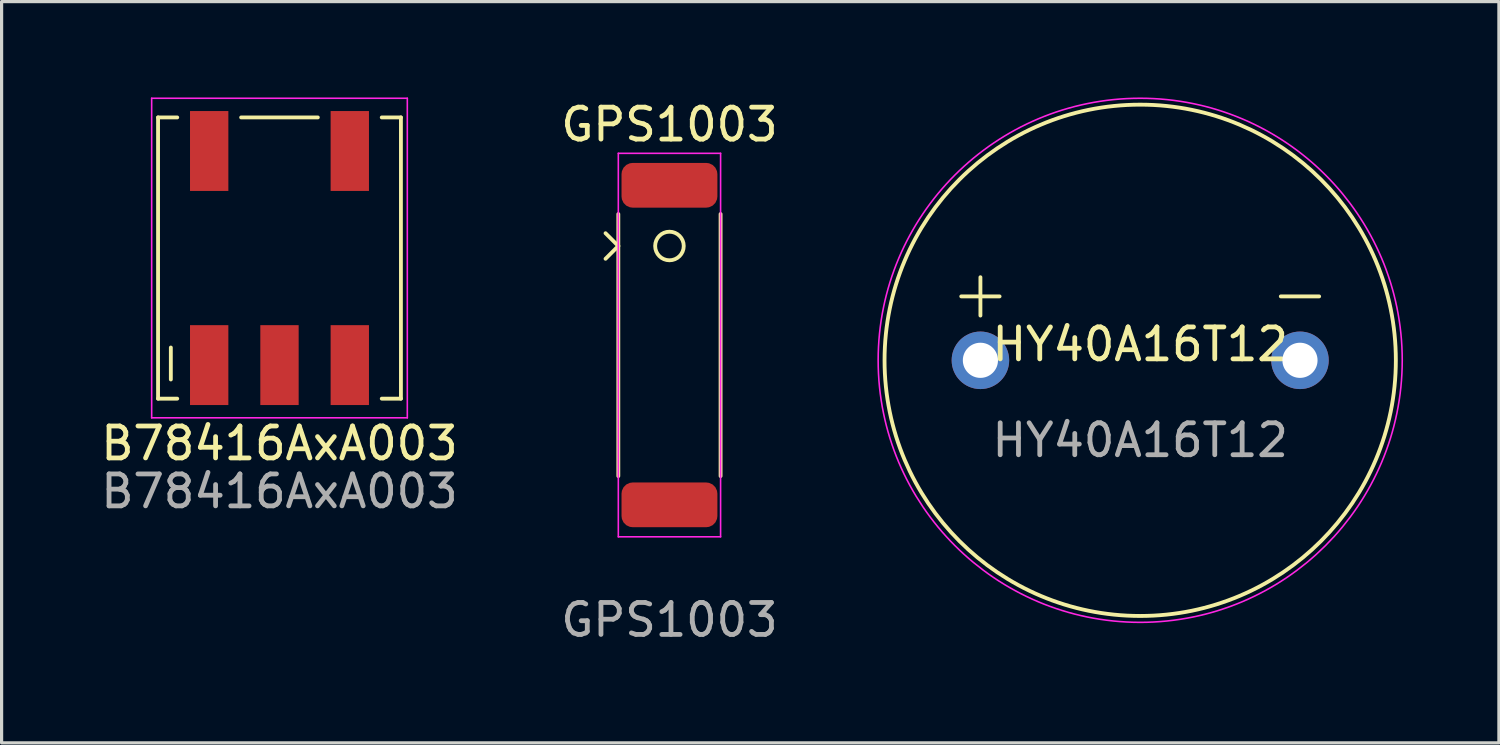
<source format=kicad_pcb>
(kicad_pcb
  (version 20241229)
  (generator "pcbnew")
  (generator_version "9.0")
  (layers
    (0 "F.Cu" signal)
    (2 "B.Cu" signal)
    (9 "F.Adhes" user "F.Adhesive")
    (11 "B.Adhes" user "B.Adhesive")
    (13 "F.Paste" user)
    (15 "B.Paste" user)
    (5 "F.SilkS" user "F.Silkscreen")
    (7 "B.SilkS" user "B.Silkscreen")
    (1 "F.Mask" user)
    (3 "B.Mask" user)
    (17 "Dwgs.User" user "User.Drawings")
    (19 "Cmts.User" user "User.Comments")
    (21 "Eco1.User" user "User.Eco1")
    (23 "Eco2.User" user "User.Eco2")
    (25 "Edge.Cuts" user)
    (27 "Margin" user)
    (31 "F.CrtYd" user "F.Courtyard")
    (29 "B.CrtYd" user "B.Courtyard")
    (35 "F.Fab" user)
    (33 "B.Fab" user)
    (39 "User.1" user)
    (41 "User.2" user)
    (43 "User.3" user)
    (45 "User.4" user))
  (footprint "HY40A16T12"
    (layer "F.Cu")
    (at 32.63 8.225)
    (property "Reference" "HY40A16T12" (at 0 -0.5 0) (unlocked yes) (layer "F.SilkS") (effects (font (size 1 1) (thickness 0.15))))
    (attr through_hole)
    (fp_line (start -5.6 -2) (end -4.4 -2) (stroke (width 0.12) (type default)) (layer "F.SilkS"))
    (fp_line (start -5 -2.6) (end -5 -1.4) (stroke (width 0.12) (type default)) (layer "F.SilkS"))
    (fp_line (start 4.4 -2) (end 5.6 -2) (stroke (width 0.12) (type default)) (layer "F.SilkS"))
    (fp_circle (center 0 0) (end 8 0) (stroke (width 0.12) (type default)) (fill no) (layer "F.SilkS"))
    (fp_circle (center 0 0) (end 8.2 0) (stroke (width 0.05) (type default)) (fill no) (layer "F.CrtYd"))
    (fp_text user "${REFERENCE}" (at 0 2.5 0) (unlocked yes) (layer "F.Fab") (effects (font (size 1 1) (thickness 0.15))))
    (pad "1" thru_hole circle (at -5 0) (size 1.8 1.8) (drill 1.1) (layers "*.Cu" "*.Mask"))
    (pad "2" thru_hole circle (at 5 0) (size 1.8 1.8) (drill 1.1) (layers "*.Cu" "*.Mask")))
  (footprint "B78416AxA003"
    (layer "F.Cu")
    (at 5.696 5.025)
    (property "Reference" "B78416AxA003" (at 0 5.8 0) (unlocked yes) (layer "F.SilkS") (effects (font (size 1 1) (thickness 0.15))))
    (attr smd)
    (fp_line (start -3.8 -4.4) (end -3.8 4.4) (stroke (width 0.12) (type default)) (layer "F.SilkS"))
    (fp_line (start -3.8 -4.4) (end -3.2 -4.4) (stroke (width 0.12) (type default)) (layer "F.SilkS"))
    (fp_line (start -3.8 4.4) (end -3.2 4.4) (stroke (width 0.12) (type default)) (layer "F.SilkS"))
    (fp_line (start -3.4 3.8) (end -3.4 2.8) (stroke (width 0.12) (type default)) (layer "F.SilkS"))
    (fp_line (start -1.2 -4.4) (end 1.2 -4.4) (stroke (width 0.12) (type default)) (layer "F.SilkS"))
    (fp_line (start 3.2 -4.4) (end 3.8 -4.4) (stroke (width 0.12) (type default)) (layer "F.SilkS"))
    (fp_line (start 3.8 -4.4) (end 3.8 4.4) (stroke (width 0.12) (type default)) (layer "F.SilkS"))
    (fp_line (start 3.8 4.4) (end 3.2 4.4) (stroke (width 0.12) (type default)) (layer "F.SilkS"))
    (fp_line (start -4 -5) (end -4 5) (stroke (width 0.05) (type default)) (layer "F.CrtYd"))
    (fp_line (start -4 5) (end 4 5) (stroke (width 0.05) (type default)) (layer "F.CrtYd"))
    (fp_line (start 4 -5) (end -4 -5) (stroke (width 0.05) (type default)) (layer "F.CrtYd"))
    (fp_line (start 4 5) (end 4 -5) (stroke (width 0.05) (type default)) (layer "F.CrtYd"))
    (fp_text user "${REFERENCE}" (at 0 7.3 0) (unlocked yes) (layer "F.Fab") (effects (font (size 1 1) (thickness 0.15))))
    (pad "1" smd rect (at -2.2 3.35) (size 1.2 2.5) (layers "F.Cu" "F.Mask" "F.Paste"))
    (pad "2" smd rect (at 0 3.35) (size 1.2 2.5) (layers "F.Cu" "F.Mask" "F.Paste"))
    (pad "3" smd rect (at 2.2 3.35) (size 1.2 2.5) (layers "F.Cu" "F.Mask" "F.Paste"))
    (pad "4" smd rect (at 2.2 -3.35) (size 1.2 2.5) (layers "F.Cu" "F.Mask" "F.Paste"))
    (pad "6" smd rect (at -2.2 -3.35) (size 1.2 2.5) (layers "F.Cu" "F.Mask" "F.Paste")))
  (footprint "GPS1003"
    (layer "F.Cu")
    (at 17.899 7.748)
    (property "Reference" "GPS1003" (at 0 -6.9 0) (unlocked yes) (layer "F.SilkS") (effects (font (size 1 1) (thickness 0.15))))
    (attr smd)
    (fp_line (start -1.6 -3.1) (end -2 -3.5) (stroke (width 0.12) (type solid)) (layer "F.SilkS"))
    (fp_line (start -1.6 -3.1) (end -2 -2.7) (stroke (width 0.12) (type solid)) (layer "F.SilkS"))
    (fp_line (start -1.6 4.1) (end -1.6 -4.1) (stroke (width 0.12) (type solid)) (layer "F.SilkS"))
    (fp_line (start 1.6 -4.1) (end 1.6 4.1) (stroke (width 0.12) (type solid)) (layer "F.SilkS"))
    (fp_circle (center 0 -3.1) (end 0.4 -2.9) (stroke (width 0.12) (type solid)) (fill no) (layer "F.SilkS"))
    (fp_line (start -1.6 -6) (end 1.6 -6) (stroke (width 0.05) (type solid)) (layer "F.CrtYd"))
    (fp_line (start -1.6 6) (end -1.6 -6) (stroke (width 0.05) (type solid)) (layer "F.CrtYd"))
    (fp_line (start 1.6 -6) (end 1.6 6) (stroke (width 0.05) (type solid)) (layer "F.CrtYd"))
    (fp_line (start 1.6 6) (end -1.6 6) (stroke (width 0.05) (type solid)) (layer "F.CrtYd"))
    (fp_text user "${REFERENCE}" (at 0 8.6 0) (unlocked yes) (layer "F.Fab") (effects (font (size 1 1) (thickness 0.15))))
    (pad "1" smd roundrect (at 0 -5) (size 3 1.4) (layers "F.Cu" "F.Mask" "F.Paste") (roundrect_rratio 0.25))
    (pad "2" smd roundrect (at 0 5) (size 3 1.4) (layers "F.Cu" "F.Mask" "F.Paste") (roundrect_rratio 0.25)))
  (gr_rect
    (start -3 -3)
    (end 43.855 20.197)
    (stroke (width 0.1) (type default))
    (fill no)
    (layer "Edge.Cuts")))
</source>
